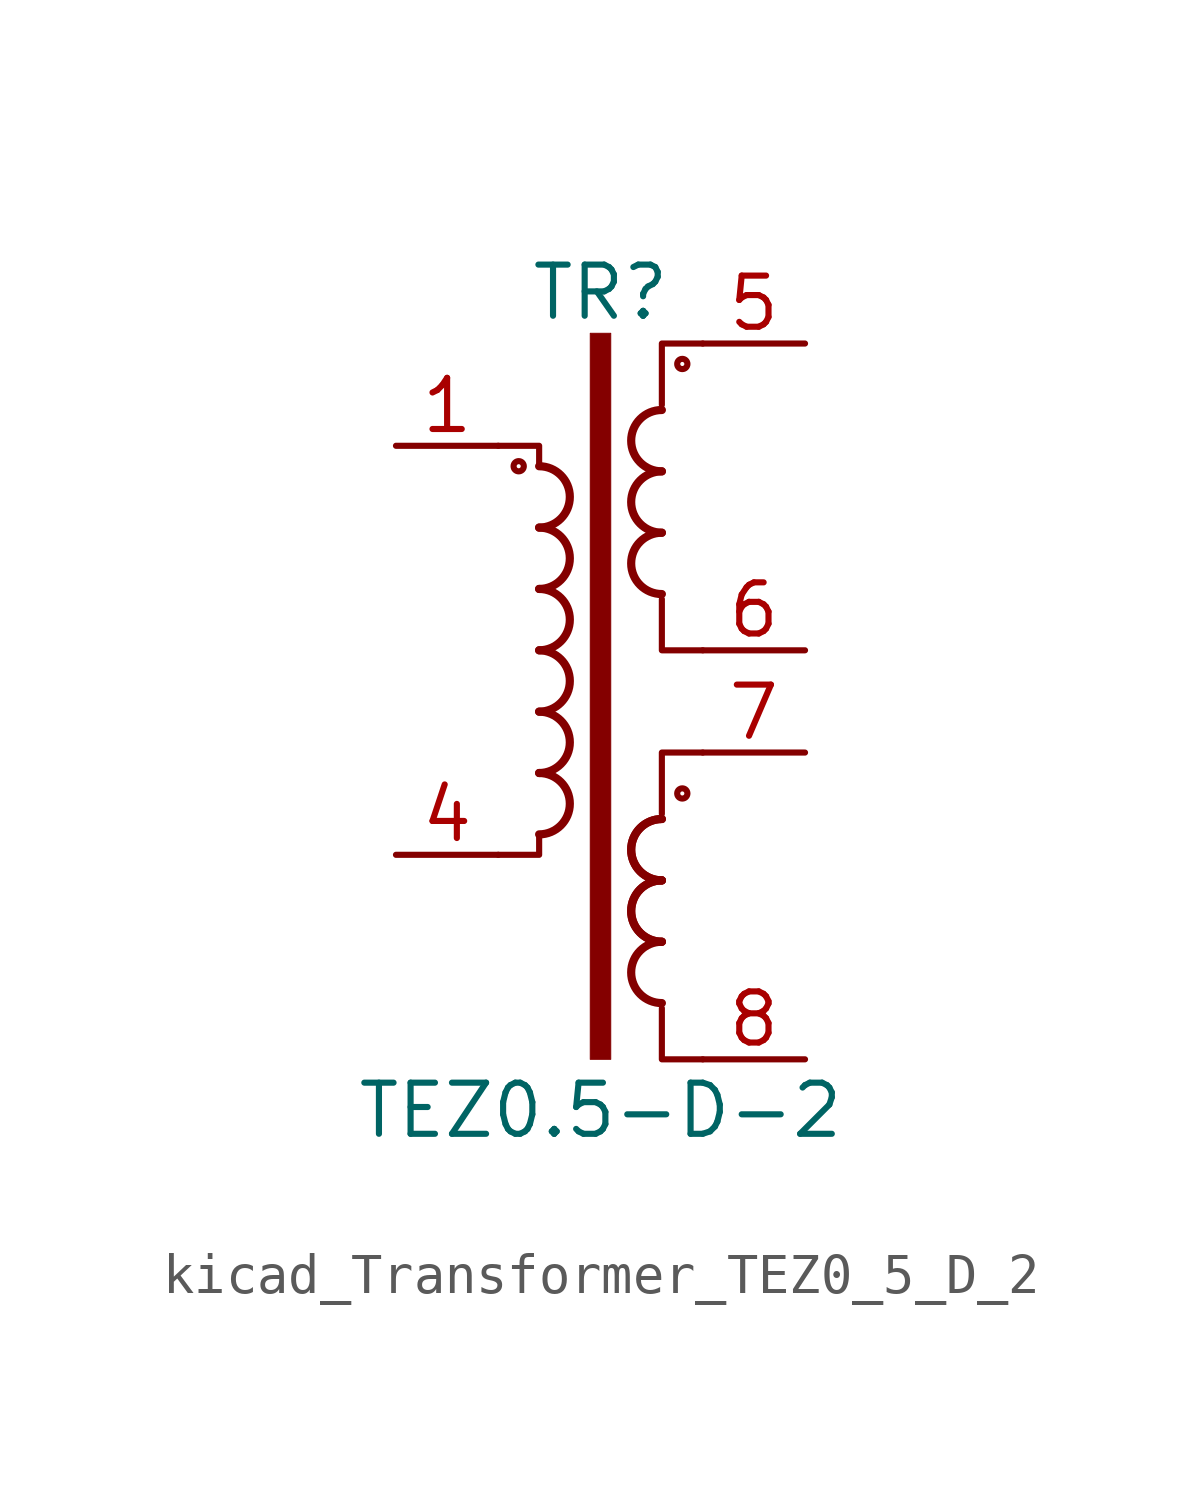
<source format=kicad_sym>
(kicad_symbol_lib
  (version 20220914)
  (generator kicad_symbol_editor)
  (symbol "kicad_Transformer_TEZ0_5_D_2"
    (pin_names
      (offset 0.025))
    (property "Reference" "TR"
      (at 0 8.89 0)
      (effects (font (size 1.27 1.27))))
    (property "Value" "TEZ0.5-D-2"
      (at 0 -11.43 0)
      (effects (font (size 1.27 1.27))))
    (symbol "kicad_Transformer_TEZ0_5_D_2_0_1"
      (circle (center -2.032 4.572) (radius 0.127) (stroke (width 0) (type default)) (fill (type none)))
      (arc (start -1.524 -4.572) (mid -0.7653 -3.81) (end -1.524 -3.048) (stroke (width 0.2032) (type default)) (fill (type none)))
      (arc (start -1.524 -3.048) (mid -0.7653 -2.286) (end -1.524 -1.524) (stroke (width 0.2032) (type default)) (fill (type none)))
      (arc (start -1.524 -1.524) (mid -0.7653 -0.762) (end -1.524 0) (stroke (width 0.2032) (type default)) (fill (type none)))
      (arc (start -1.524 0) (mid -0.7653 0.762) (end -1.524 1.524) (stroke (width 0.2032) (type default)) (fill (type none)))
      (arc (start -1.524 1.524) (mid -0.7653 2.286) (end -1.524 3.048) (stroke (width 0.2032) (type default)) (fill (type none)))
      (arc (start -1.524 3.048) (mid -0.7653 3.81) (end -1.524 4.572) (stroke (width 0.2032) (type default)) (fill (type none)))
      (rectangle (start -0.254 7.874) (end 0.254 -10.16) (stroke (width 0.025) (type default)) (fill (type outline)))
      (polyline (pts (xy -1.524 -4.572) (xy -1.524 -5.08) (xy -2.54 -5.08)) (stroke (width 0) (type default)) (fill (type none)))
      (polyline (pts (xy -1.524 4.572) (xy -1.524 5.08) (xy -2.54 5.08)) (stroke (width 0) (type default)) (fill (type none)))
      (polyline (pts (xy 1.524 -8.89) (xy 1.524 -10.16) (xy 2.54 -10.16)) (stroke (width 0) (type default)) (fill (type none)))
      (polyline (pts (xy 2.54 -2.54) (xy 1.524 -2.54) (xy 1.524 -4.064)) (stroke (width 0) (type default)) (fill (type none)))
      (polyline (pts (xy 2.54 0) (xy 1.524 0) (xy 1.524 1.27)) (stroke (width 0) (type default)) (fill (type none)))
      (polyline (pts (xy 2.54 7.62) (xy 1.524 7.62) (xy 1.524 6.096)) (stroke (width 0) (type default)) (fill (type none)))
      (arc (start 1.524 -7.239) (mid 0.7653 -8.001) (end 1.524 -8.763) (stroke (width 0.2032) (type default)) (fill (type none)))
      (arc (start 1.524 -5.715) (mid 0.7653 -6.477) (end 1.524 -7.239) (stroke (width 0.2032) (type default)) (fill (type none)))
      (arc (start 1.524 -5.715) (mid 0.7653 -6.477) (end 1.524 -7.239) (stroke (width 0.2032) (type default)) (fill (type none)))
      (arc (start 1.524 -4.191) (mid 0.7653 -4.953) (end 1.524 -5.715) (stroke (width 0.2032) (type default)) (fill (type none)))
      (arc (start 1.524 -4.191) (mid 0.7653 -4.953) (end 1.524 -5.715) (stroke (width 0.2032) (type default)) (fill (type none)))
      (arc (start 1.524 2.921) (mid 0.7653 2.159) (end 1.524 1.397) (stroke (width 0.2032) (type default)) (fill (type none)))
      (arc (start 1.524 4.445) (mid 0.7653 3.683) (end 1.524 2.921) (stroke (width 0.2032) (type default)) (fill (type none)))
      (arc (start 1.524 5.969) (mid 0.7653 5.207) (end 1.524 4.445) (stroke (width 0.2032) (type default)) (fill (type none)))
      (circle (center 2.032 -3.556) (radius 0.127) (stroke (width 0) (type default)) (fill (type none)))
      (circle (center 2.032 7.112) (radius 0.127) (stroke (width 0) (type default)) (fill (type none))))
    (symbol "kicad_Transformer_TEZ0_5_D_2_1_1"
      (pin passive line (at -5.08 5.08 0) (length 2.54) (name "~" (effects (font (size 1.27 1.27)))) (number "1" (effects (font (size 1.27 1.27)))))
      (pin passive line (at -5.08 -5.08 0) (length 2.54) (name "~" (effects (font (size 1.27 1.27)))) (number "4" (effects (font (size 1.27 1.27)))))
      (pin passive line (at 5.08 7.62 180) (length 2.54) (name "~" (effects (font (size 1.27 1.27)))) (number "5" (effects (font (size 1.27 1.27)))))
      (pin passive line (at 5.08 0 180) (length 2.54) (name "~" (effects (font (size 1.27 1.27)))) (number "6" (effects (font (size 1.27 1.27)))))
      (pin passive line (at 5.08 -2.54 180) (length 2.54) (name "~" (effects (font (size 1.27 1.27)))) (number "7" (effects (font (size 1.27 1.27)))))
      (pin passive line (at 5.08 -10.16 180) (length 2.54) (name "~" (effects (font (size 1.27 1.27)))) (number "8" (effects (font (size 1.27 1.27))))))))
</source>
